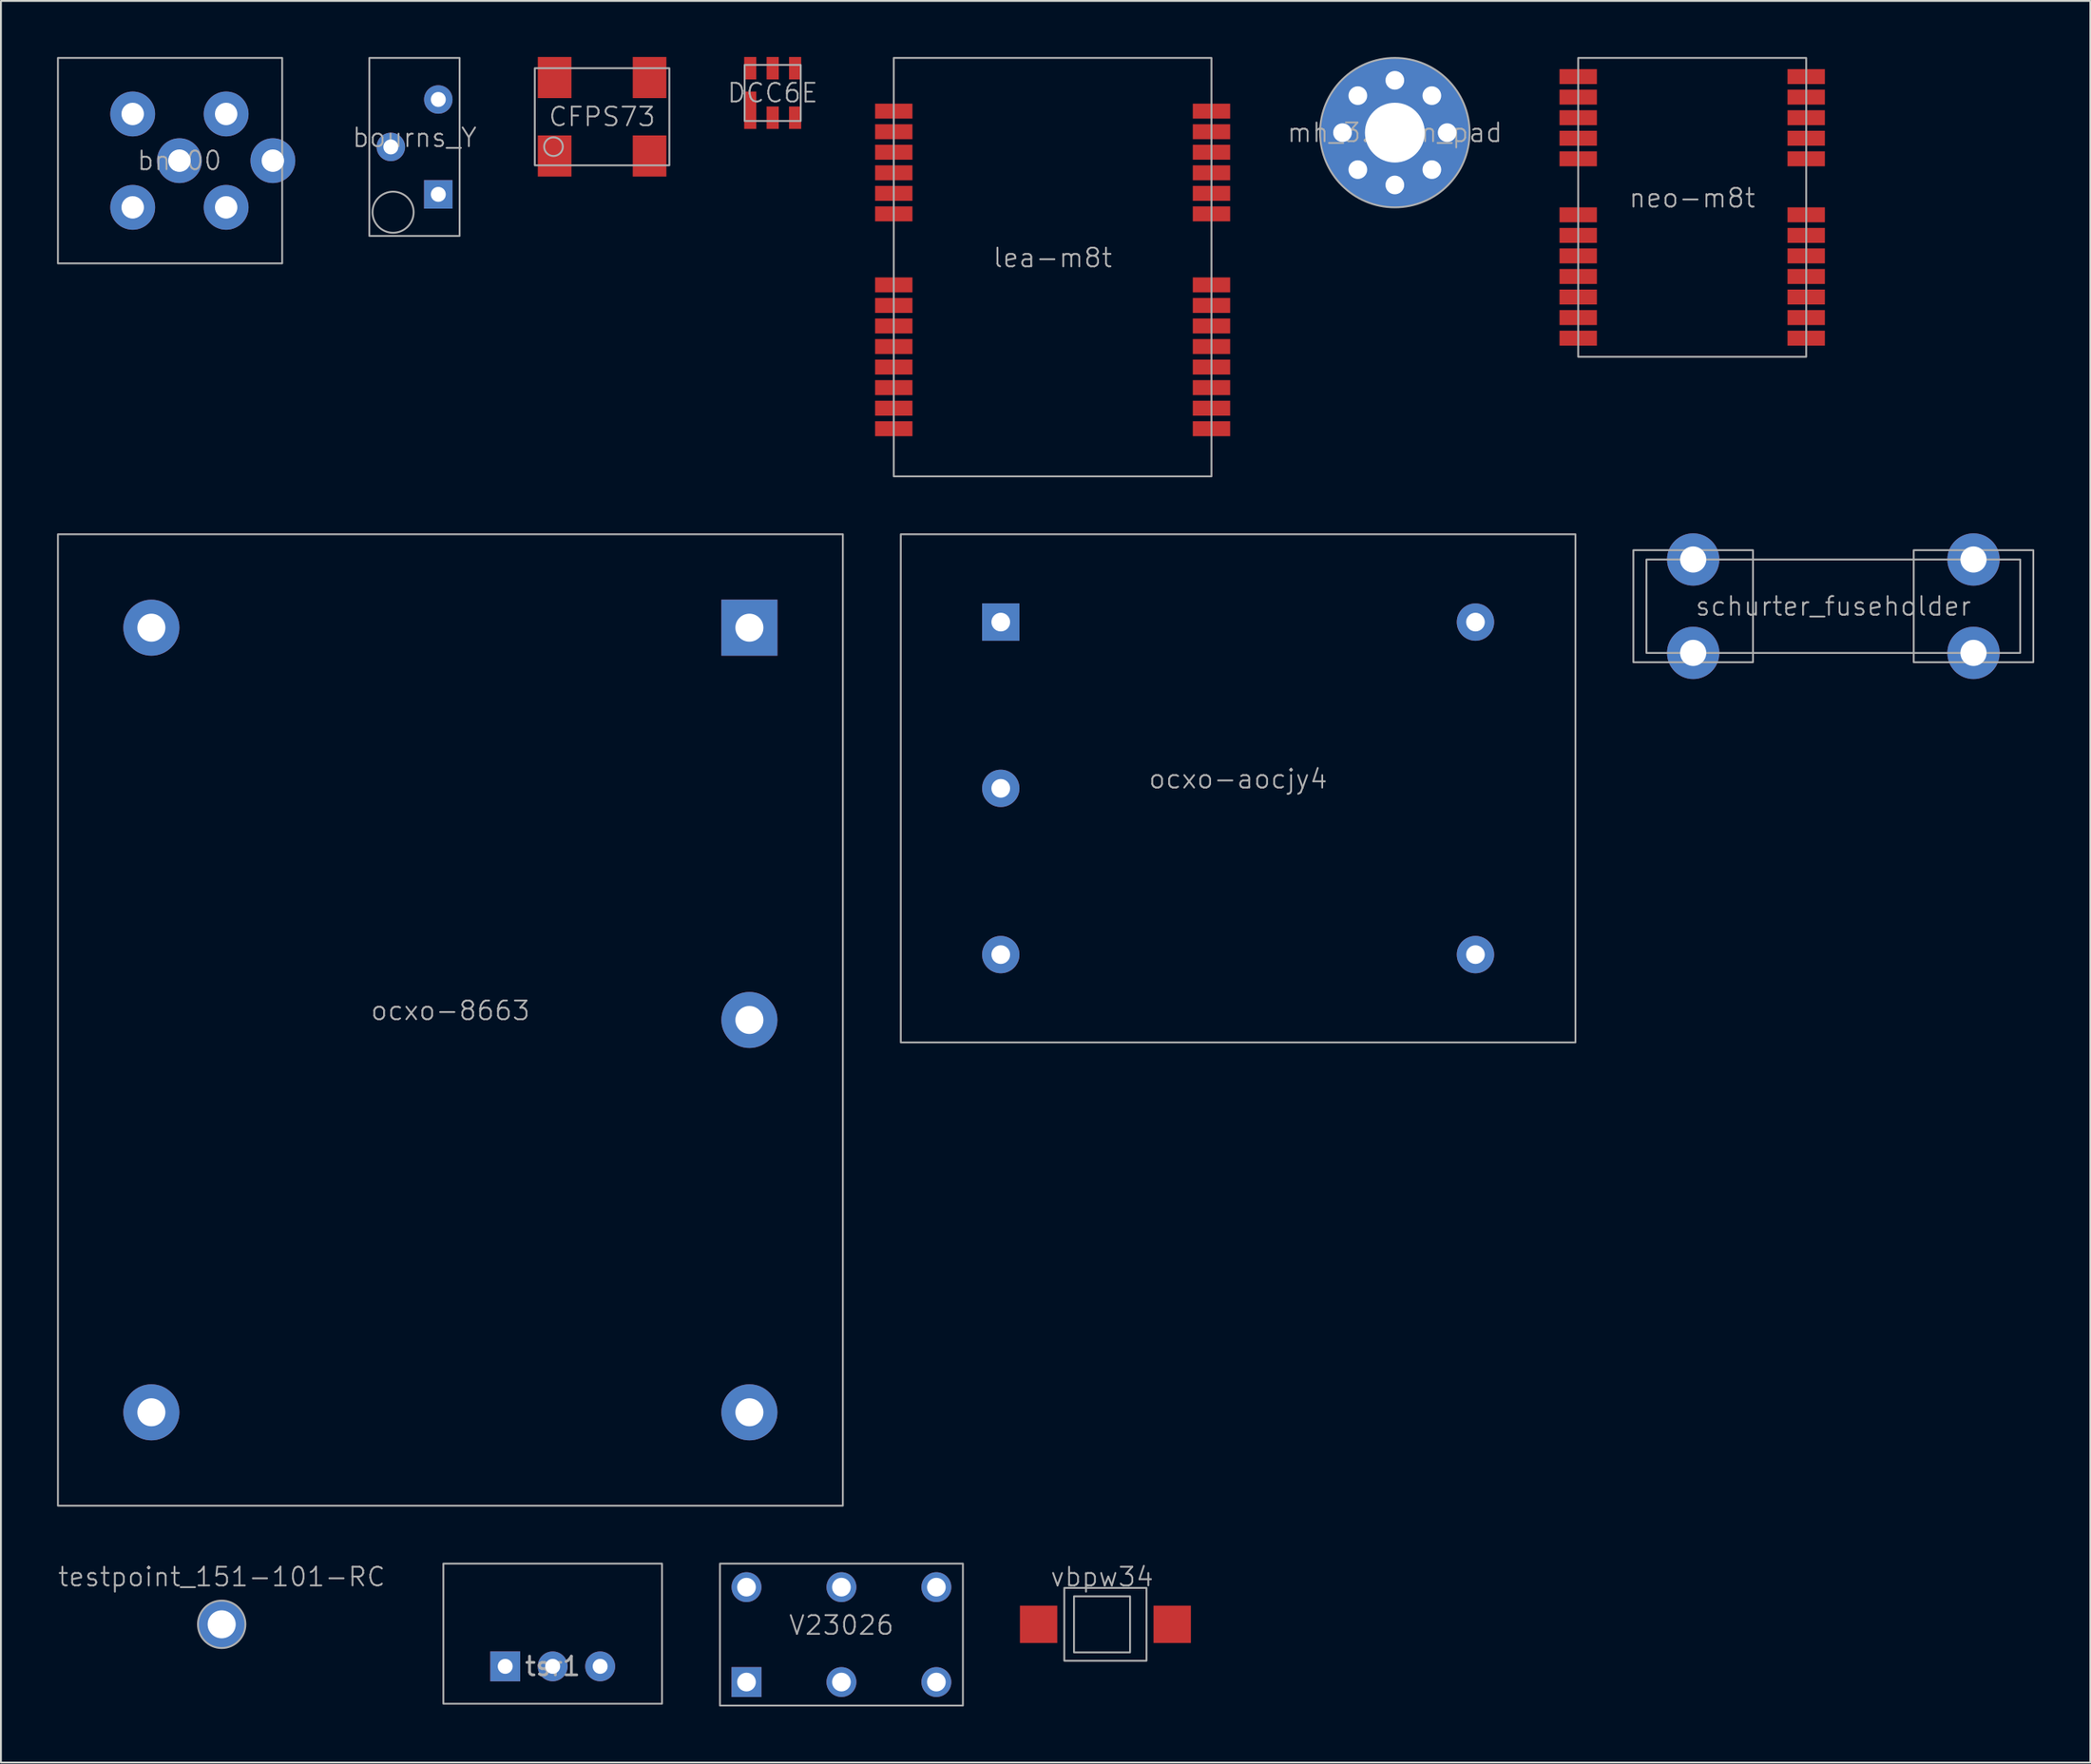
<source format=kicad_pcb>
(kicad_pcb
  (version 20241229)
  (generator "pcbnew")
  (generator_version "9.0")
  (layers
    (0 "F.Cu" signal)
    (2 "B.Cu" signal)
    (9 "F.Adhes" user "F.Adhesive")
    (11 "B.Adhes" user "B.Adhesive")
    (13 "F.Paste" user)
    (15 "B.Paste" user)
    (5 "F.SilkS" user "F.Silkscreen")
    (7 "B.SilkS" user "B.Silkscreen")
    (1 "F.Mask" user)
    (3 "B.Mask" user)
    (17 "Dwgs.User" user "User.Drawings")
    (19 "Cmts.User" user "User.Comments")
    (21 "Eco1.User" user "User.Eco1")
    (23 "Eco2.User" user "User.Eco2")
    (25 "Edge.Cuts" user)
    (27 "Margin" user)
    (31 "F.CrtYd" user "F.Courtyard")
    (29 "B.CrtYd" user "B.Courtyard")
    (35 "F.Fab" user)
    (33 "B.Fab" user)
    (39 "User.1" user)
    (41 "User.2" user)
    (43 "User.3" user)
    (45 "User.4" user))
  (footprint "V23026"
    (layer "F.Cu")
    (at 41.974 84.45)
    (property "Reference" "V23026" (at 0 -0.5 0) (unlocked yes) (layer "F.Fab") (effects (font (size 1 1) (thickness 0.1))))
    (attr through_hole)
    (fp_rect (start -6.5 3.8) (end 6.5 -3.8) (stroke (width 0.1) (type default)) (fill no) (layer "F.Fab"))
    (pad "1" thru_hole rect (at -5.08 2.54) (size 1.6 1.6) (drill 1) (layers "*.Cu" "*.Mask"))
    (pad "3" thru_hole circle (at 0 2.54) (size 1.6 1.6) (drill 1) (layers "*.Cu" "*.Mask"))
    (pad "5" thru_hole circle (at 5.08 2.54) (size 1.6 1.6) (drill 1) (layers "*.Cu" "*.Mask"))
    (pad "6" thru_hole circle (at 5.08 -2.54) (size 1.6 1.6) (drill 1) (layers "*.Cu" "*.Mask"))
    (pad "8" thru_hole circle (at 0 -2.54) (size 1.6 1.6) (drill 1) (layers "*.Cu" "*.Mask"))
    (pad "10" thru_hole circle (at -5.08 -2.54) (size 1.6 1.6) (drill 1) (layers "*.Cu" "*.Mask")))
  (footprint "vbpw34"
    (layer "F.Cu")
    (at 55.919 83.9)
    (property "Reference" "vbpw34" (at 0 -2.54 0) (unlocked yes) (layer "F.Fab") (effects (font (size 1 1) (thickness 0.1))))
    (attr smd)
    (fp_rect (start -2.02 1.95) (end 2.38 -1.95) (stroke (width 0.1) (type default)) (fill no) (layer "F.Fab"))
    (fp_rect (start -1.5 1.5) (end 1.5 -1.5) (stroke (width 0.1) (type default)) (fill no) (layer "F.Fab"))
    (pad "1" smd rect (at -3.395 0) (size 2 2) (layers "F.Cu" "F.Mask" "F.Paste"))
    (pad "2" smd rect (at 3.755 0) (size 2 2) (layers "F.Cu" "F.Mask" "F.Paste")))
  (footprint "schurter_fuseholder"
    (layer "F.Cu")
    (at 95.05 29.4)
    (property "Reference" "schurter_fuseholder" (at 0 0 0) (unlocked yes) (layer "F.Fab") (effects (font (size 1 1) (thickness 0.1))))
    (attr through_hole)
    (fp_rect (start -10.7 3) (end -4.3 -3) (stroke (width 0.1) (type default)) (fill no) (layer "F.Fab"))
    (fp_rect (start -10 2.5) (end 10 -2.5) (stroke (width 0.1) (type default)) (fill no) (layer "F.Fab"))
    (fp_rect (start 10.7 -3) (end 4.3 3) (stroke (width 0.1) (type default)) (fill no) (layer "F.Fab"))
    (pad "1" thru_hole circle (at -7.5 -2.5) (size 2.8 2.8) (drill 1.4) (layers "*.Cu" "*.Mask"))
    (pad "1" thru_hole circle (at -7.5 2.5) (size 2.8 2.8) (drill 1.4) (layers "*.Cu" "*.Mask"))
    (pad "2" thru_hole circle (at 7.5 -2.5) (size 2.8 2.8) (drill 1.4) (layers "*.Cu" "*.Mask"))
    (pad "2" thru_hole circle (at 7.5 2.5) (size 2.8 2.8) (drill 1.4) (layers "*.Cu" "*.Mask")))
  (footprint "ocxo-aocjy4"
    (layer "F.Cu")
    (at 63.2 39.15)
    (property "Reference" "ocxo-aocjy4" (at 0 -0.5 0) (unlocked yes) (layer "F.Fab") (effects (font (size 1 1) (thickness 0.1))))
    (attr through_hole)
    (fp_rect (start -18.05 13.6) (end 18.05 -13.6) (stroke (width 0.1) (type default)) (fill no) (layer "F.Fab"))
    (pad "1" thru_hole rect (at -12.7 -8.9 180) (size 2 2) (drill 1) (layers "*.Cu" "*.Mask"))
    (pad "2" thru_hole circle (at -12.7 0 180) (size 2 2) (drill 1) (layers "*.Cu" "*.Mask"))
    (pad "3" thru_hole circle (at -12.7 8.9 180) (size 2 2) (drill 1) (layers "*.Cu" "*.Mask"))
    (pad "4" thru_hole circle (at 12.7 8.9) (size 2 2) (drill 1) (layers "*.Cu" "*.Mask"))
    (pad "5" thru_hole circle (at 12.7 -8.9) (size 2 2) (drill 1) (layers "*.Cu" "*.Mask")))
  (footprint "CFPS73"
    (layer "F.Cu")
    (at 29.167 3.2)
    (property "Reference" "CFPS73" (at 0 0 0) (unlocked yes) (layer "F.Fab") (effects (font (size 1 1) (thickness 0.1))))
    (attr smd)
    (fp_rect (start -3.6 2.6) (end 3.6 -2.6) (stroke (width 0.1) (type default)) (fill no) (layer "F.Fab"))
    (fp_circle (center -2.6 1.6) (end -2.6 1.1) (stroke (width 0.1) (type default)) (fill no) (layer "F.Fab"))
    (pad "1" smd rect (at -2.54 2.1) (size 1.8 2.2) (layers "F.Cu" "F.Mask" "F.Paste"))
    (pad "2" smd rect (at 2.54 2.1) (size 1.8 2.2) (layers "F.Cu" "F.Mask" "F.Paste"))
    (pad "3" smd rect (at 2.54 -2.1) (size 1.8 2.2) (layers "F.Cu" "F.Mask" "F.Paste"))
    (pad "4" smd rect (at -2.54 -2.1) (size 1.8 2.2) (layers "F.Cu" "F.Mask" "F.Paste")))
  (footprint "DCC6E"
    (layer "F.Cu")
    (at 38.295 1.925)
    (property "Reference" "DCC6E" (at 0 0 0) (unlocked yes) (layer "F.Fab") (effects (font (size 1 1) (thickness 0.1))))
    (attr smd)
    (fp_rect (start -1.5 1.5) (end 1.5 -1.5) (stroke (width 0.1) (type default)) (fill no) (layer "F.Fab"))
    (pad "1" smd rect (at -1.2 0.925) (size 0.65 2) (layers "F.Cu" "F.Mask" "F.Paste"))
    (pad "2" smd rect (at 0 1.325) (size 0.65 1.2) (layers "F.Cu" "F.Mask" "F.Paste"))
    (pad "3" smd rect (at 1.2 1.325) (size 0.65 1.2) (layers "F.Cu" "F.Mask" "F.Paste"))
    (pad "4" smd rect (at 1.2 -1.325) (size 0.65 1.2) (layers "F.Cu" "F.Mask" "F.Paste"))
    (pad "5" smd rect (at 0 -1.325) (size 0.65 1.2) (layers "F.Cu" "F.Mask" "F.Paste"))
    (pad "6" smd rect (at -1.2 -1.325) (size 0.65 1.2) (layers "F.Cu" "F.Mask" "F.Paste")))
  (footprint "ocxo-8663"
    (layer "F.Cu")
    (at 21.05 51.55)
    (property "Reference" "ocxo-8663" (at 0 -0.5 0) (unlocked yes) (layer "F.Fab") (effects (font (size 1 1) (thickness 0.1))))
    (attr through_hole)
    (fp_rect (start -21 26) (end 21 -26) (stroke (width 0.1) (type default)) (fill no) (layer "F.Fab"))
    (pad "1" thru_hole rect (at 16 -21) (size 3 3) (drill 1.5) (layers "*.Cu" "*.Mask"))
    (pad "2" thru_hole circle (at 16 0) (size 3 3) (drill 1.5) (layers "*.Cu" "*.Mask"))
    (pad "3" thru_hole circle (at 16 21) (size 3 3) (drill 1.5) (layers "*.Cu" "*.Mask"))
    (pad "4" thru_hole circle (at -16 21) (size 3 3) (drill 1.5) (layers "*.Cu" "*.Mask"))
    (pad "5" thru_hole circle (at -16 -21) (size 3 3) (drill 1.5) (layers "*.Cu" "*.Mask")))
  (footprint "bnx00"
    (layer "F.Cu")
    (at 6.55 5.55)
    (property "Reference" "bnx00" (at 0 0 0) (unlocked yes) (layer "F.Fab") (effects (font (size 1 1) (thickness 0.1))))
    (attr through_hole)
    (fp_rect (start -6.5 5.5) (end 5.5 -5.5) (stroke (width 0.1) (type default)) (fill no) (layer "F.Fab"))
    (pad "1" thru_hole circle (at 2.5 -2.5) (size 2.4 2.4) (drill 1.2) (layers "*.Cu" "*.Mask"))
    (pad "2" thru_hole circle (at 2.5 2.5) (size 2.4 2.4) (drill 1.2) (layers "*.Cu" "*.Mask"))
    (pad "3" thru_hole circle (at -2.5 -2.5) (size 2.4 2.4) (drill 1.2) (layers "*.Cu" "*.Mask"))
    (pad "4" thru_hole circle (at -2.5 2.5) (size 2.4 2.4) (drill 1.2) (layers "*.Cu" "*.Mask"))
    (pad "4" thru_hole circle (at 0 0) (size 2.4 2.4) (drill 1.2) (layers "*.Cu" "*.Mask"))
    (pad "4" thru_hole circle (at 5 0) (size 2.4 2.4) (drill 1.2) (layers "*.Cu" "*.Mask")))
  (footprint "testpoint_151-101-RC"
    (layer "F.Cu")
    (at 8.812 83.9)
    (property "Reference" "testpoint_151-101-RC" (at 0 -2.54 0) (unlocked yes) (layer "F.Fab") (effects (font (size 1 1) (thickness 0.1))))
    (attr through_hole)
    (fp_circle (center 0 0) (end 1.27 0) (stroke (width 0.1) (type default)) (fill no) (layer "F.Fab"))
    (pad "1" thru_hole circle (at 0 0) (size 2.5 2.5) (drill 1.5) (layers "*.Cu" "*.Mask")))
  (footprint "neo-m8t"
    (layer "F.Cu")
    (at 87.498 8.05)
    (property "Reference" "neo-m8t" (at 0 -0.5 0) (unlocked yes) (layer "F.Fab") (effects (font (size 1 1) (thickness 0.1))))
    (attr smd)
    (fp_rect (start -6.1 8) (end 6.1 -8) (stroke (width 0.1) (type default)) (fill no) (layer "F.Fab"))
    (pad "1" smd rect (at 6.1 7) (size 2 0.8) (layers "F.Cu" "F.Mask" "F.Paste"))
    (pad "2" smd rect (at 6.1 5.9) (size 2 0.8) (layers "F.Cu" "F.Mask" "F.Paste"))
    (pad "3" smd rect (at 6.1 4.8) (size 2 0.8) (layers "F.Cu" "F.Mask" "F.Paste"))
    (pad "4" smd rect (at 6.1 3.7) (size 2 0.8) (layers "F.Cu" "F.Mask" "F.Paste"))
    (pad "5" smd rect (at 6.1 2.6) (size 2 0.8) (layers "F.Cu" "F.Mask" "F.Paste"))
    (pad "6" smd rect (at 6.1 1.5) (size 2 0.8) (layers "F.Cu" "F.Mask" "F.Paste"))
    (pad "7" smd rect (at 6.1 0.4) (size 2 0.8) (layers "F.Cu" "F.Mask" "F.Paste"))
    (pad "8" smd rect (at 6.1 -2.6) (size 2 0.8) (layers "F.Cu" "F.Mask" "F.Paste"))
    (pad "9" smd rect (at 6.1 -3.7) (size 2 0.8) (layers "F.Cu" "F.Mask" "F.Paste"))
    (pad "10" smd rect (at 6.1 -4.8) (size 2 0.8) (layers "F.Cu" "F.Mask" "F.Paste"))
    (pad "11" smd rect (at 6.1 -5.9) (size 2 0.8) (layers "F.Cu" "F.Mask" "F.Paste"))
    (pad "12" smd rect (at 6.1 -7) (size 2 0.8) (layers "F.Cu" "F.Mask" "F.Paste"))
    (pad "13" smd rect (at -6.1 -7) (size 2 0.8) (layers "F.Cu" "F.Mask" "F.Paste"))
    (pad "14" smd rect (at -6.1 -5.9) (size 2 0.8) (layers "F.Cu" "F.Mask" "F.Paste"))
    (pad "15" smd rect (at -6.1 -4.8) (size 2 0.8) (layers "F.Cu" "F.Mask" "F.Paste"))
    (pad "16" smd rect (at -6.1 -3.7) (size 2 0.8) (layers "F.Cu" "F.Mask" "F.Paste"))
    (pad "17" smd rect (at -6.1 -2.6) (size 2 0.8) (layers "F.Cu" "F.Mask" "F.Paste"))
    (pad "18" smd rect (at -6.1 0.4) (size 2 0.8) (layers "F.Cu" "F.Mask" "F.Paste"))
    (pad "19" smd rect (at -6.1 1.5) (size 2 0.8) (layers "F.Cu" "F.Mask" "F.Paste"))
    (pad "20" smd rect (at -6.1 2.6) (size 2 0.8) (layers "F.Cu" "F.Mask" "F.Paste"))
    (pad "21" smd rect (at -6.1 3.7) (size 2 0.8) (layers "F.Cu" "F.Mask" "F.Paste"))
    (pad "22" smd rect (at -6.1 4.8) (size 2 0.8) (layers "F.Cu" "F.Mask" "F.Paste"))
    (pad "23" smd rect (at -6.1 5.9) (size 2 0.8) (layers "F.Cu" "F.Mask" "F.Paste"))
    (pad "24" smd rect (at -6.1 7) (size 2 0.8) (layers "F.Cu" "F.Mask" "F.Paste")))
  (footprint "mh_3.2mm_pad"
    (layer "F.Cu")
    (at 71.586 4.05)
    (property "Reference" "mh_3.2mm_pad" (at 0 0 0) (unlocked yes) (layer "F.Fab") (effects (font (size 1 1) (thickness 0.1))))
    (attr through_hole exclude_from_pos_files exclude_from_bom)
    (fp_circle (center 0 0) (end 4 0) (stroke (width 0.1) (type default)) (fill no) (layer "F.Fab"))
    (pad "1" thru_hole circle (at -2.8 0) (size 1.2 1.2) (drill 1) (layers "*.Cu" "*.Mask"))
    (pad "1" thru_hole circle (at -1.98 -1.98) (size 1.2 1.2) (drill 1) (layers "*.Cu" "*.Mask"))
    (pad "1" thru_hole circle (at -1.98 1.98) (size 1.2 1.2) (drill 1) (layers "*.Cu" "*.Mask"))
    (pad "1" thru_hole circle (at 0 -2.8) (size 1.2 1.2) (drill 1) (layers "*.Cu" "*.Mask"))
    (pad "1" thru_hole circle (at 0 0) (size 8 8) (drill 3.2) (layers "*.Cu" "*.Mask"))
    (pad "1" thru_hole circle (at 0 2.8) (size 1.2 1.2) (drill 1) (layers "*.Cu" "*.Mask"))
    (pad "1" thru_hole circle (at 1.98 -1.98) (size 1.2 1.2) (drill 1) (layers "*.Cu" "*.Mask"))
    (pad "1" thru_hole circle (at 1.98 1.98) (size 1.2 1.2) (drill 1) (layers "*.Cu" "*.Mask"))
    (pad "1" thru_hole circle (at 2.8 0) (size 1.2 1.2) (drill 1) (layers "*.Cu" "*.Mask")))
  (footprint "bourns_Y"
    (layer "F.Cu")
    (at 19.133 4.815)
    (property "Reference" "bourns_Y" (at 0 -0.5 0) (unlocked yes) (layer "F.Fab") (effects (font (size 1 1) (thickness 0.1))))
    (attr through_hole)
    (fp_rect (start -2.42 -4.765) (end 2.41 4.765) (stroke (width 0.1) (type default)) (fill no) (layer "F.Fab"))
    (fp_circle (center -1.15 3.495) (end -0.05 3.495) (stroke (width 0.1) (type default)) (fill no) (layer "F.Fab"))
    (pad "1" thru_hole rect (at 1.27 2.54) (size 1.524 1.524) (drill 0.8) (layers "*.Cu" "*.Mask"))
    (pad "2" thru_hole circle (at -1.27 0) (size 1.524 1.524) (drill 0.8) (layers "*.Cu" "*.Mask"))
    (pad "3" thru_hole circle (at 1.27 -2.54) (size 1.524 1.524) (drill 0.8) (layers "*.Cu" "*.Mask")))
  (footprint "lea-m8t"
    (layer "F.Cu")
    (at 53.274 11.25)
    (property "Reference" "lea-m8t" (at 0 -0.5 0) (unlocked yes) (layer "F.Fab") (effects (font (size 1 1) (thickness 0.1))))
    (attr smd)
    (fp_rect (start -8.5 11.2) (end 8.5 -11.2) (stroke (width 0.1) (type default)) (fill no) (layer "F.Fab"))
    (pad "1" smd rect (at 8.5 8.65) (size 2 0.8) (layers "F.Cu" "F.Mask" "F.Paste"))
    (pad "2" smd rect (at 8.5 7.55) (size 2 0.8) (layers "F.Cu" "F.Mask" "F.Paste"))
    (pad "3" smd rect (at 8.5 6.45) (size 2 0.8) (layers "F.Cu" "F.Mask" "F.Paste"))
    (pad "4" smd rect (at 8.5 5.35) (size 2 0.8) (layers "F.Cu" "F.Mask" "F.Paste"))
    (pad "5" smd rect (at 8.5 4.25) (size 2 0.8) (layers "F.Cu" "F.Mask" "F.Paste"))
    (pad "6" smd rect (at 8.5 3.15) (size 2 0.8) (layers "F.Cu" "F.Mask" "F.Paste"))
    (pad "7" smd rect (at 8.5 2.05) (size 2 0.8) (layers "F.Cu" "F.Mask" "F.Paste"))
    (pad "8" smd rect (at 8.5 0.95) (size 2 0.8) (layers "F.Cu" "F.Mask" "F.Paste"))
    (pad "9" smd rect (at 8.5 -2.85) (size 2 0.8) (layers "F.Cu" "F.Mask" "F.Paste"))
    (pad "10" smd rect (at 8.5 -3.95) (size 2 0.8) (layers "F.Cu" "F.Mask" "F.Paste"))
    (pad "11" smd rect (at 8.5 -5.05) (size 2 0.8) (layers "F.Cu" "F.Mask" "F.Paste"))
    (pad "12" smd rect (at 8.5 -6.15) (size 2 0.8) (layers "F.Cu" "F.Mask" "F.Paste"))
    (pad "13" smd rect (at 8.5 -7.25) (size 2 0.8) (layers "F.Cu" "F.Mask" "F.Paste"))
    (pad "14" smd rect (at 8.5 -8.35) (size 2 0.8) (layers "F.Cu" "F.Mask" "F.Paste"))
    (pad "15" smd rect (at -8.5 -8.35) (size 2 0.8) (layers "F.Cu" "F.Mask" "F.Paste"))
    (pad "16" smd rect (at -8.5 -7.25) (size 2 0.8) (layers "F.Cu" "F.Mask" "F.Paste"))
    (pad "17" smd rect (at -8.5 -6.15) (size 2 0.8) (layers "F.Cu" "F.Mask" "F.Paste"))
    (pad "18" smd rect (at -8.5 -5.05) (size 2 0.8) (layers "F.Cu" "F.Mask" "F.Paste"))
    (pad "19" smd rect (at -8.5 -3.95) (size 2 0.8) (layers "F.Cu" "F.Mask" "F.Paste"))
    (pad "20" smd rect (at -8.5 -2.85) (size 2 0.8) (layers "F.Cu" "F.Mask" "F.Paste"))
    (pad "21" smd rect (at -8.5 0.95) (size 2 0.8) (layers "F.Cu" "F.Mask" "F.Paste"))
    (pad "22" smd rect (at -8.5 2.05) (size 2 0.8) (layers "F.Cu" "F.Mask" "F.Paste"))
    (pad "23" smd rect (at -8.5 3.15) (size 2 0.8) (layers "F.Cu" "F.Mask" "F.Paste"))
    (pad "24" smd rect (at -8.5 4.25) (size 2 0.8) (layers "F.Cu" "F.Mask" "F.Paste"))
    (pad "25" smd rect (at -8.5 5.35) (size 2 0.8) (layers "F.Cu" "F.Mask" "F.Paste"))
    (pad "26" smd rect (at -8.5 6.45) (size 2 0.8) (layers "F.Cu" "F.Mask" "F.Paste"))
    (pad "27" smd rect (at -8.5 7.55) (size 2 0.8) (layers "F.Cu" "F.Mask" "F.Paste"))
    (pad "28" smd rect (at -8.5 8.65) (size 2 0.8) (layers "F.Cu" "F.Mask" "F.Paste")))
  (footprint "tsr1"
    (layer "F.Cu")
    (at 26.524 86.15)
    (property "Reference" "tsr1" (at 0 0 0) (unlocked yes) (layer "F.Fab") (effects (font (size 1 1) (thickness 0.15))))
    (attr through_hole)
    (fp_rect (start -5.85 -5.5) (end 5.85 2) (stroke (width 0.1) (type default)) (fill no) (layer "F.Fab"))
    (pad "1" thru_hole rect (at -2.54 0) (size 1.6 1.6) (drill 0.8) (layers "*.Cu" "*.Mask"))
    (pad "2" thru_hole circle (at 0 0) (size 1.6 1.6) (drill 0.8) (layers "*.Cu" "*.Mask"))
    (pad "3" thru_hole circle (at 2.54 0) (size 1.6 1.6) (drill 0.8) (layers "*.Cu" "*.Mask")))
  (gr_rect
    (start -3 -3)
    (end 108.8 91.3)
    (stroke (width 0.1) (type default))
    (fill no)
    (layer "Edge.Cuts")))
</source>
